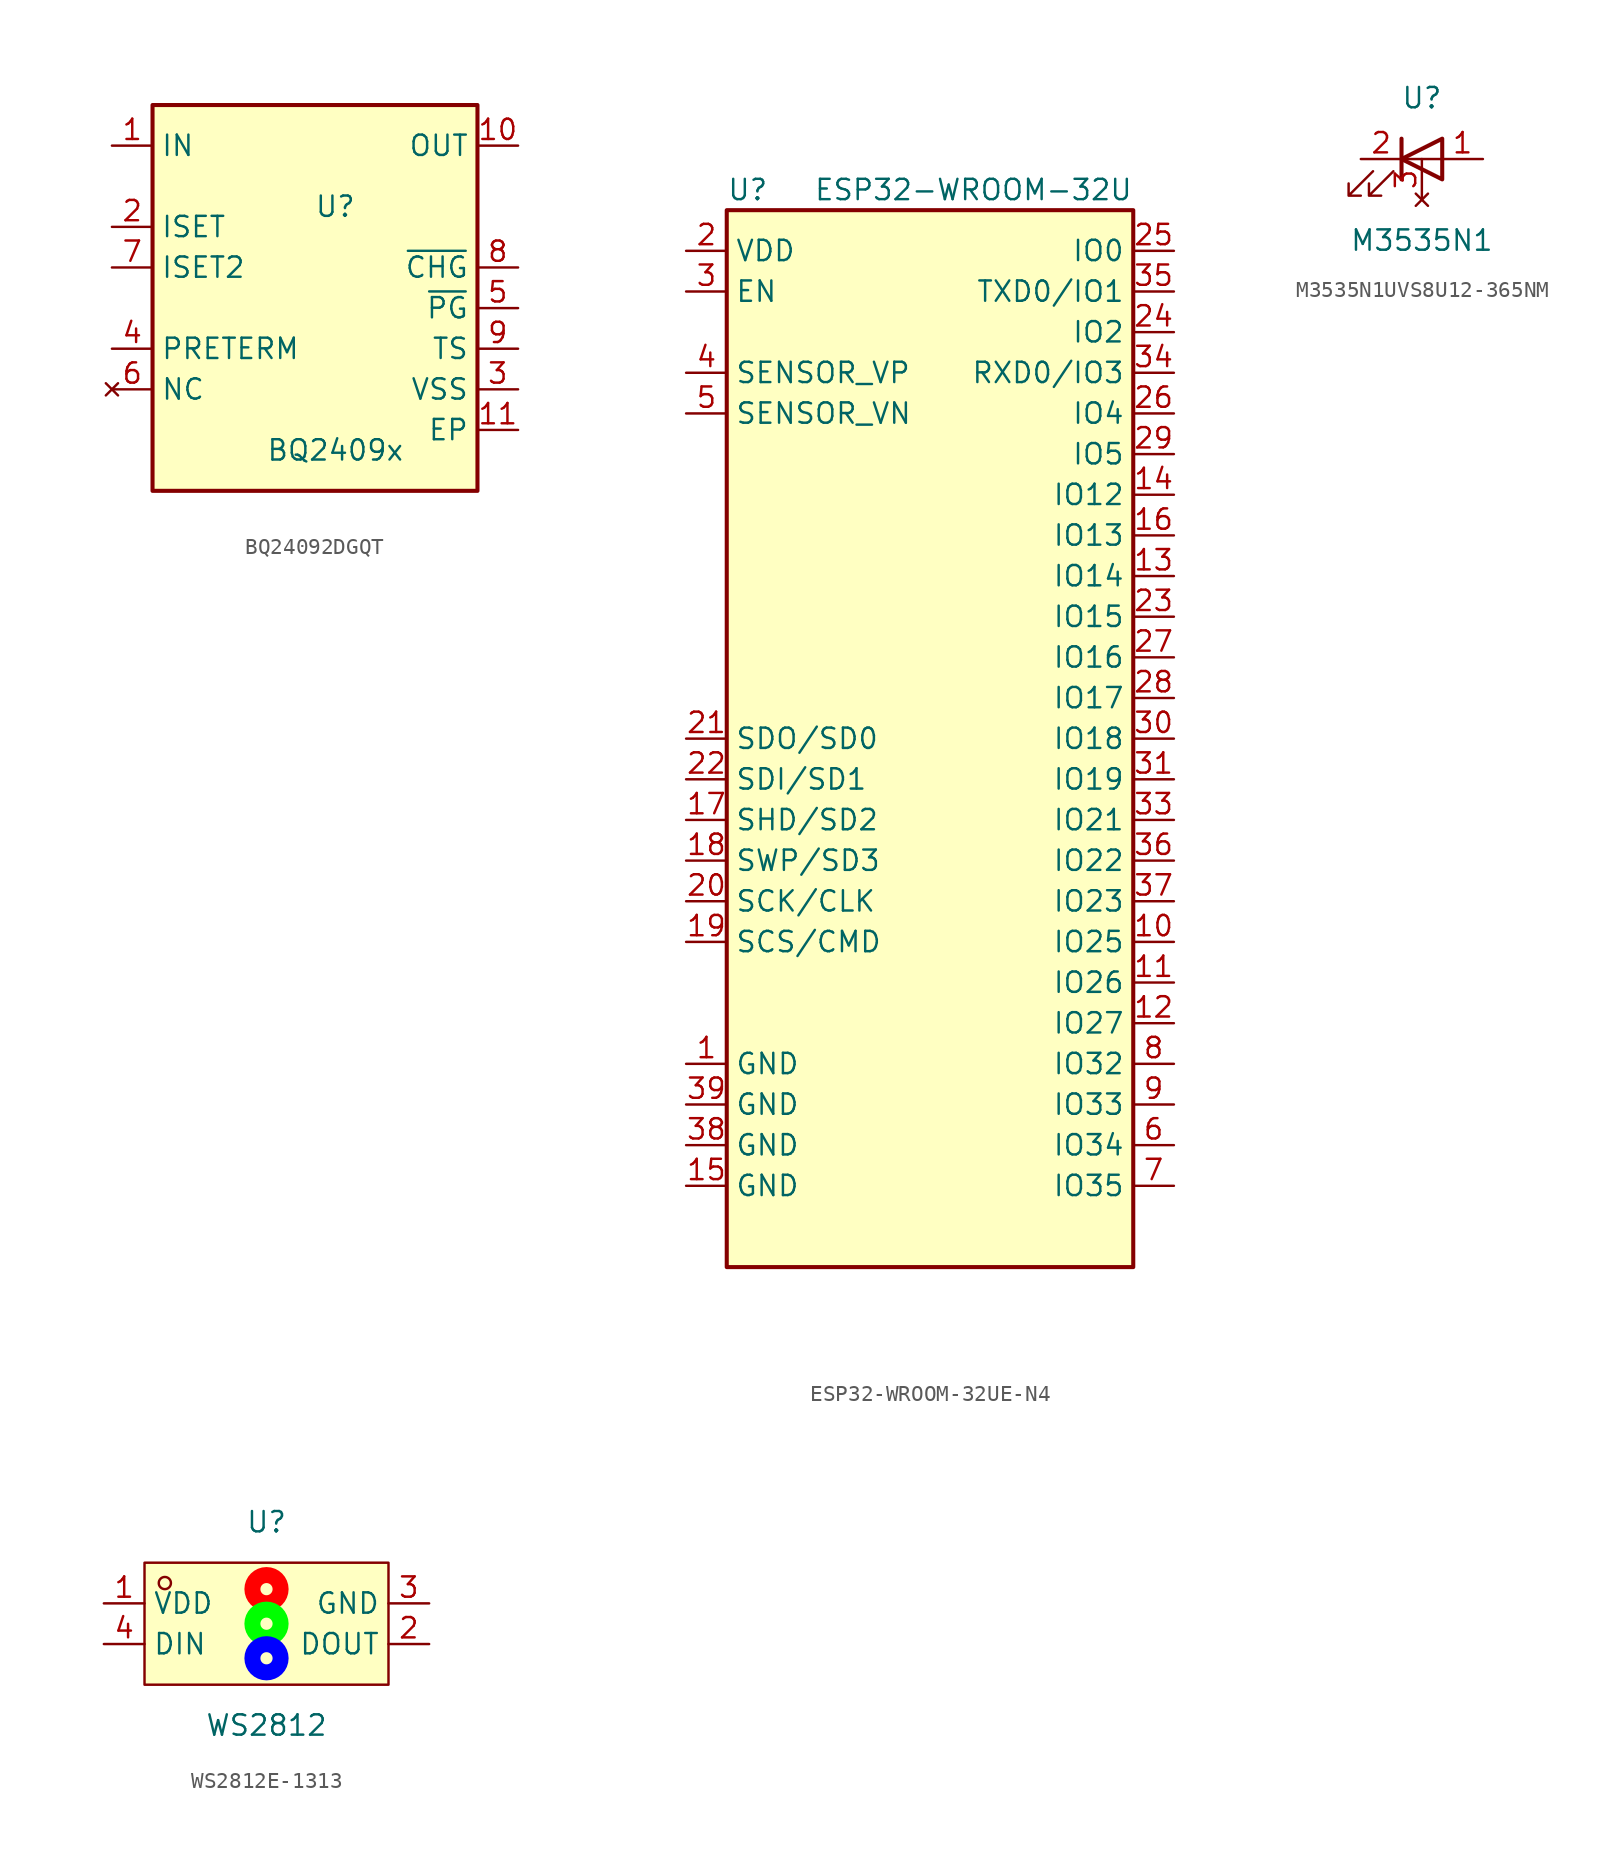
<source format=kicad_sym>
(kicad_symbol_lib
  (version 20211014)
  (generator None)
  (symbol "BQ24092DGQT"
    (property "Reference" "U"
      (at 1.27 6.35 0)
      (effects (font (size 1.27 1.27))))
    (property "Value" "BQ2409x"
      (at 1.27 -8.89 0)
      (effects (font (size 1.27 1.27))))
    (symbol "BQ24092DGQT_1_1"
      (rectangle (start -10.16 12.7) (end 10.16 -11.43) (stroke (width 0.254) (type default)) (fill (type background)))
      (pin power_in line (at -12.7 10.16 0) (length 2.54) (name "IN" (effects (font (size 1.27 1.27)))) (number "1" (effects (font (size 1.27 1.27)))))
      (pin power_out line (at 12.7 10.16 180) (length 2.54) (name "OUT" (effects (font (size 1.27 1.27)))) (number "10" (effects (font (size 1.27 1.27)))))
      (pin power_in line (at 12.7 -7.62 180) (length 2.54) (name "EP" (effects (font (size 1.27 1.27)))) (number "11" (effects (font (size 1.27 1.27)))))
      (pin passive line (at -12.7 5.08 0) (length 2.54) (name "ISET" (effects (font (size 1.27 1.27)))) (number "2" (effects (font (size 1.27 1.27)))))
      (pin power_in line (at 12.7 -5.08 180) (length 2.54) (name "VSS" (effects (font (size 1.27 1.27)))) (number "3" (effects (font (size 1.27 1.27)))))
      (pin passive line (at -12.7 -2.54 0) (length 2.54) (name "PRETERM" (effects (font (size 1.27 1.27)))) (number "4" (effects (font (size 1.27 1.27)))))
      (pin open_collector line (at 12.7 0 180) (length 2.54) (name "~{PG}" (effects (font (size 1.27 1.27)))) (number "5" (effects (font (size 1.27 1.27)))))
      (pin no_connect line (at -12.7 -5.08 0) (length 2.54) (name "NC" (effects (font (size 1.27 1.27)))) (number "6" (effects (font (size 1.27 1.27)))))
      (pin passive line (at -12.7 2.54 0) (length 2.54) (name "ISET2" (effects (font (size 1.27 1.27)))) (number "7" (effects (font (size 1.27 1.27)))))
      (pin open_collector line (at 12.7 2.54 180) (length 2.54) (name "~{CHG}" (effects (font (size 1.27 1.27)))) (number "8" (effects (font (size 1.27 1.27)))))
      (pin passive line (at 12.7 -2.54 180) (length 2.54) (name "TS" (effects (font (size 1.27 1.27)))) (number "9" (effects (font (size 1.27 1.27)))))))
  (symbol "ESP32-WROOM-32UE-N4"
    (property "Reference" "U"
      (at -12.7 34.29 0)
      (effects (font (size 1.27 1.27)) (justify left)))
    (property "Value" "ESP32-WROOM-32U"
      (at 12.7 34.29 0)
      (effects (font (size 1.27 1.27)) (justify right)))
    (symbol "ESP32-WROOM-32UE-N4_0_1"
      (rectangle (start -12.7 33.02) (end 12.7 -33.02) (stroke (width 0.254) (type default)) (fill (type background))))
    (symbol "ESP32-WROOM-32UE-N4_1_1"
      (pin power_in line (at -15.24 -20.32 0) (length 2.54) (name "GND" (effects (font (size 1.27 1.27)))) (number "1" (effects (font (size 1.27 1.27)))))
      (pin bidirectional line (at 15.24 -12.7 180) (length 2.54) (name "IO25" (effects (font (size 1.27 1.27)))) (number "10" (effects (font (size 1.27 1.27)))))
      (pin bidirectional line (at 15.24 -15.24 180) (length 2.54) (name "IO26" (effects (font (size 1.27 1.27)))) (number "11" (effects (font (size 1.27 1.27)))))
      (pin bidirectional line (at 15.24 -17.78 180) (length 2.54) (name "IO27" (effects (font (size 1.27 1.27)))) (number "12" (effects (font (size 1.27 1.27)))))
      (pin bidirectional line (at 15.24 10.16 180) (length 2.54) (name "IO14" (effects (font (size 1.27 1.27)))) (number "13" (effects (font (size 1.27 1.27)))))
      (pin bidirectional line (at 15.24 15.24 180) (length 2.54) (name "IO12" (effects (font (size 1.27 1.27)))) (number "14" (effects (font (size 1.27 1.27)))))
      (pin power_in line (at -15.24 -27.94 0) (length 2.54) (name "GND" (effects (font (size 1.27 1.27)))) (number "15" (effects (font (size 1.27 1.27)))))
      (pin bidirectional line (at 15.24 12.7 180) (length 2.54) (name "IO13" (effects (font (size 1.27 1.27)))) (number "16" (effects (font (size 1.27 1.27)))))
      (pin bidirectional line (at -15.24 -5.08 0) (length 2.54) (name "SHD/SD2" (effects (font (size 1.27 1.27)))) (number "17" (effects (font (size 1.27 1.27)))))
      (pin bidirectional line (at -15.24 -7.62 0) (length 2.54) (name "SWP/SD3" (effects (font (size 1.27 1.27)))) (number "18" (effects (font (size 1.27 1.27)))))
      (pin bidirectional line (at -15.24 -12.7 0) (length 2.54) (name "SCS/CMD" (effects (font (size 1.27 1.27)))) (number "19" (effects (font (size 1.27 1.27)))))
      (pin power_in line (at -15.24 30.48 0) (length 2.54) (name "VDD" (effects (font (size 1.27 1.27)))) (number "2" (effects (font (size 1.27 1.27)))))
      (pin bidirectional line (at -15.24 -10.16 0) (length 2.54) (name "SCK/CLK" (effects (font (size 1.27 1.27)))) (number "20" (effects (font (size 1.27 1.27)))))
      (pin bidirectional line (at -15.24 0 0) (length 2.54) (name "SDO/SD0" (effects (font (size 1.27 1.27)))) (number "21" (effects (font (size 1.27 1.27)))))
      (pin bidirectional line (at -15.24 -2.54 0) (length 2.54) (name "SDI/SD1" (effects (font (size 1.27 1.27)))) (number "22" (effects (font (size 1.27 1.27)))))
      (pin bidirectional line (at 15.24 7.62 180) (length 2.54) (name "IO15" (effects (font (size 1.27 1.27)))) (number "23" (effects (font (size 1.27 1.27)))))
      (pin bidirectional line (at 15.24 25.4 180) (length 2.54) (name "IO2" (effects (font (size 1.27 1.27)))) (number "24" (effects (font (size 1.27 1.27)))))
      (pin bidirectional line (at 15.24 30.48 180) (length 2.54) (name "IO0" (effects (font (size 1.27 1.27)))) (number "25" (effects (font (size 1.27 1.27)))))
      (pin bidirectional line (at 15.24 20.32 180) (length 2.54) (name "IO4" (effects (font (size 1.27 1.27)))) (number "26" (effects (font (size 1.27 1.27)))))
      (pin bidirectional line (at 15.24 5.08 180) (length 2.54) (name "IO16" (effects (font (size 1.27 1.27)))) (number "27" (effects (font (size 1.27 1.27)))))
      (pin bidirectional line (at 15.24 2.54 180) (length 2.54) (name "IO17" (effects (font (size 1.27 1.27)))) (number "28" (effects (font (size 1.27 1.27)))))
      (pin bidirectional line (at 15.24 17.78 180) (length 2.54) (name "IO5" (effects (font (size 1.27 1.27)))) (number "29" (effects (font (size 1.27 1.27)))))
      (pin input line (at -15.24 27.94 0) (length 2.54) (name "EN" (effects (font (size 1.27 1.27)))) (number "3" (effects (font (size 1.27 1.27)))))
      (pin bidirectional line (at 15.24 0 180) (length 2.54) (name "IO18" (effects (font (size 1.27 1.27)))) (number "30" (effects (font (size 1.27 1.27)))))
      (pin bidirectional line (at 15.24 -2.54 180) (length 2.54) (name "IO19" (effects (font (size 1.27 1.27)))) (number "31" (effects (font (size 1.27 1.27)))))
      (pin no_connect line (at -12.7 -16.51 0) (length 2.54) hide (name "NC" (effects (font (size 1.27 1.27)))) (number "32" (effects (font (size 1.27 1.27)))))
      (pin bidirectional line (at 15.24 -5.08 180) (length 2.54) (name "IO21" (effects (font (size 1.27 1.27)))) (number "33" (effects (font (size 1.27 1.27)))))
      (pin bidirectional line (at 15.24 22.86 180) (length 2.54) (name "RXD0/IO3" (effects (font (size 1.27 1.27)))) (number "34" (effects (font (size 1.27 1.27)))))
      (pin bidirectional line (at 15.24 27.94 180) (length 2.54) (name "TXD0/IO1" (effects (font (size 1.27 1.27)))) (number "35" (effects (font (size 1.27 1.27)))))
      (pin bidirectional line (at 15.24 -7.62 180) (length 2.54) (name "IO22" (effects (font (size 1.27 1.27)))) (number "36" (effects (font (size 1.27 1.27)))))
      (pin bidirectional line (at 15.24 -10.16 180) (length 2.54) (name "IO23" (effects (font (size 1.27 1.27)))) (number "37" (effects (font (size 1.27 1.27)))))
      (pin power_in line (at -15.24 -25.4 0) (length 2.54) (name "GND" (effects (font (size 1.27 1.27)))) (number "38" (effects (font (size 1.27 1.27)))))
      (pin power_in line (at -15.24 -22.86 0) (length 2.54) (name "GND" (effects (font (size 1.27 1.27)))) (number "39" (effects (font (size 1.27 1.27)))))
      (pin input line (at -15.24 22.86 0) (length 2.54) (name "SENSOR_VP" (effects (font (size 1.27 1.27)))) (number "4" (effects (font (size 1.27 1.27)))))
      (pin input line (at -15.24 20.32 0) (length 2.54) (name "SENSOR_VN" (effects (font (size 1.27 1.27)))) (number "5" (effects (font (size 1.27 1.27)))))
      (pin input line (at 15.24 -25.4 180) (length 2.54) (name "IO34" (effects (font (size 1.27 1.27)))) (number "6" (effects (font (size 1.27 1.27)))))
      (pin input line (at 15.24 -27.94 180) (length 2.54) (name "IO35" (effects (font (size 1.27 1.27)))) (number "7" (effects (font (size 1.27 1.27)))))
      (pin bidirectional line (at 15.24 -20.32 180) (length 2.54) (name "IO32" (effects (font (size 1.27 1.27)))) (number "8" (effects (font (size 1.27 1.27)))))
      (pin bidirectional line (at 15.24 -22.86 180) (length 2.54) (name "IO33" (effects (font (size 1.27 1.27)))) (number "9" (effects (font (size 1.27 1.27)))))))
  (symbol "M3535N1UVS8U12-365NM"
    (pin_names hide)
    (property "Reference" "U"
      (at 0 3.81 0)
      (effects (font (size 1.27 1.27))))
    (property "Value" "M3535N1"
      (at 0 -5.08 0)
      (effects (font (size 1.27 1.27))))
    (symbol "M3535N1UVS8U12-365NM_0_1"
      (polyline (pts (xy -1.27 -1.27) (xy -1.27 1.27)) (stroke (width 0.254) (type default)) (fill (type none)))
      (polyline (pts (xy -1.27 0) (xy 1.27 0)) (stroke (width 0) (type default)) (fill (type none)))
      (polyline (pts (xy 1.27 -1.27) (xy 1.27 1.27) (xy -1.27 0) (xy 1.27 -1.27)) (stroke (width 0.254) (type default)) (fill (type none)))
      (polyline (pts (xy -3.048 -0.762) (xy -4.572 -2.286) (xy -3.81 -2.286) (xy -4.572 -2.286) (xy -4.572 -1.524)) (stroke (width 0) (type default)) (fill (type none)))
      (polyline (pts (xy -1.778 -0.762) (xy -3.302 -2.286) (xy -2.54 -2.286) (xy -3.302 -2.286) (xy -3.302 -1.524)) (stroke (width 0) (type default)) (fill (type none))))
    (symbol "M3535N1UVS8U12-365NM_1_1"
      (pin passive line (at 3.81 0 180) (length 2.54) (name "A" (effects (font (size 1.27 1.27)))) (number "1" (effects (font (size 1.27 1.27)))))
      (pin passive line (at -3.81 0 0) (length 2.54) (name "K" (effects (font (size 1.27 1.27)))) (number "2" (effects (font (size 1.27 1.27)))))
      (pin no_connect line (at 0 -2.54 90) (length 2.54) (name "A" (effects (font (size 1.27 1.27)))) (number "3" (effects (font (size 1.27 1.27)))))))
  (symbol "WS2812E-1313"
    (property "Reference" "U"
      (at 0 6.35 0)
      (effects (font (size 1.27 1.27))))
    (property "Value" "WS2812"
      (at 0 -6.35 0)
      (effects (font (size 1.27 1.27))))
    (symbol "WS2812E-1313_0_1"
      (rectangle (start -7.62 3.81) (end 7.62 -3.81) (stroke (width 0) (type default)) (fill (type background)))
      (circle (center -6.35 2.54) (radius 0.38) (stroke (width 0) (type default)) (fill (type none)))
      (pin unspecified line (at -10.16 1.27 0) (length 2.54) (name "VDD" (effects (font (size 1.27 1.27)))) (number "1" (effects (font (size 1.27 1.27)))))
      (pin unspecified line (at 10.16 -1.27 180) (length 2.54) (name "DOUT" (effects (font (size 1.27 1.27)))) (number "2" (effects (font (size 1.27 1.27)))))
      (pin unspecified line (at 10.16 1.27 180) (length 2.54) (name "GND" (effects (font (size 1.27 1.27)))) (number "3" (effects (font (size 1.27 1.27)))))
      (pin unspecified line (at -10.16 -1.27 0) (length 2.54) (name "DIN" (effects (font (size 1.27 1.27)))) (number "4" (effects (font (size 1.27 1.27))))))
    (symbol "WS2812E-1313_1_1"
      (circle (center 0 -2.159) (radius 0.381) (stroke (width 1) (type default) (color 0 0 255 1)) (fill (type none)))
      (circle (center 0 0) (radius 0.381) (stroke (width 1) (type default) (color 0 255 0 1)) (fill (type none)))
      (circle (center 0 2.159) (radius 0.381) (stroke (width 1) (type default) (color 255 0 0 1)) (fill (type none))))))
</source>
